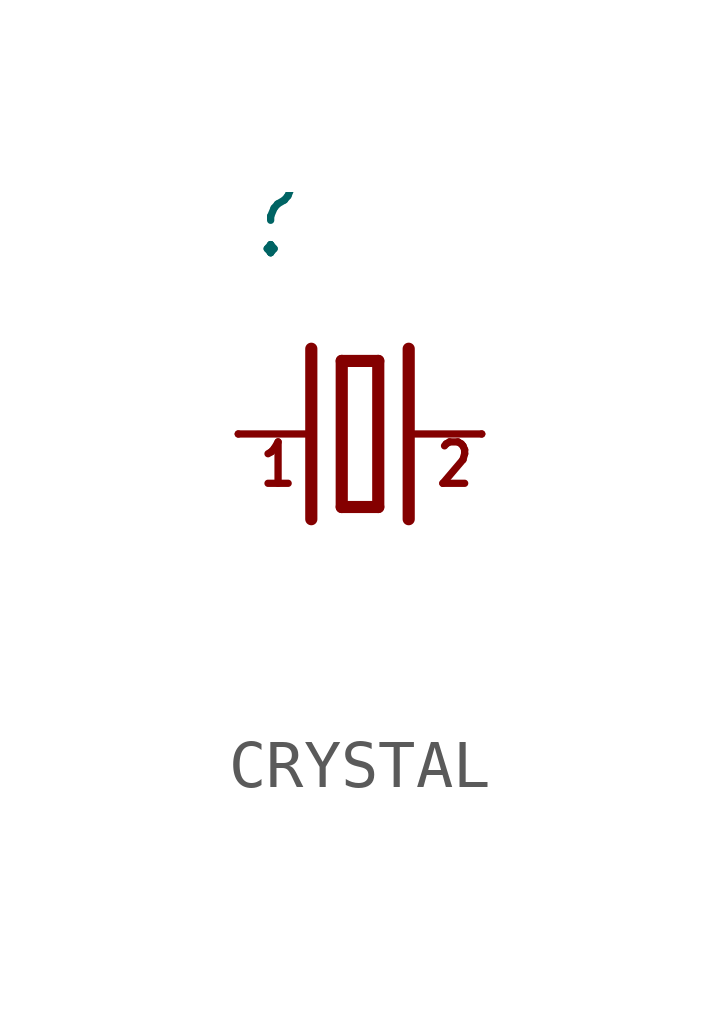
<source format=kicad_sym>
(kicad_symbol_lib
  (version 20241209)
  (generator "kicad_symbol_editor")
  (generator_version "9.0")
  (symbol "CRYSTAL"
    (property "Reference" ""
      (at -2.54 3.556 0)
      (effects (font (size 1.778 1.511)) (justify left bottom)))
    (property "Value" ""
      (at -2.54 -5.08 0)
      (effects (font (size 1.778 1.511)) (justify left bottom)))
    (property "ki_locked" ""
      (at 0 0 0)
      (effects (font (size 1.27 1.27))))
    (symbol "CRYSTAL_1_0"
      (polyline (pts (xy -2.54 0) (xy -1.016 0)) (stroke (width 0.152) (type solid)) (fill (type none)))
      (polyline (pts (xy -1.016 1.778) (xy -1.016 -1.778)) (stroke (width 0.254) (type solid)) (fill (type none)))
      (polyline (pts (xy -0.381 1.524) (xy -0.381 -1.524)) (stroke (width 0.254) (type solid)) (fill (type none)))
      (polyline (pts (xy -0.381 -1.524) (xy 0.381 -1.524)) (stroke (width 0.254) (type solid)) (fill (type none)))
      (polyline (pts (xy 0.381 1.524) (xy -0.381 1.524)) (stroke (width 0.254) (type solid)) (fill (type none)))
      (polyline (pts (xy 0.381 -1.524) (xy 0.381 1.524)) (stroke (width 0.254) (type solid)) (fill (type none)))
      (polyline (pts (xy 1.016 1.778) (xy 1.016 -1.778)) (stroke (width 0.254) (type solid)) (fill (type none)))
      (polyline (pts (xy 1.016 0) (xy 2.54 0)) (stroke (width 0.152) (type solid)) (fill (type none)))
      (text "1" (at -2.159 -1.143 0) (effects (font (size 0.864 0.734)) (justify left bottom)))
      (text "2" (at 1.524 -1.143 0) (effects (font (size 0.864 0.734)) (justify left bottom)))
      (pin passive line (at -2.54 0 0) (length 0) (name "1" (effects (font (size 0 0)))) (number "1" (effects (font (size 0 0)))))
      (pin passive line (at 2.54 0 180) (length 0) (name "2" (effects (font (size 0 0)))) (number "2" (effects (font (size 0 0))))))))
</source>
